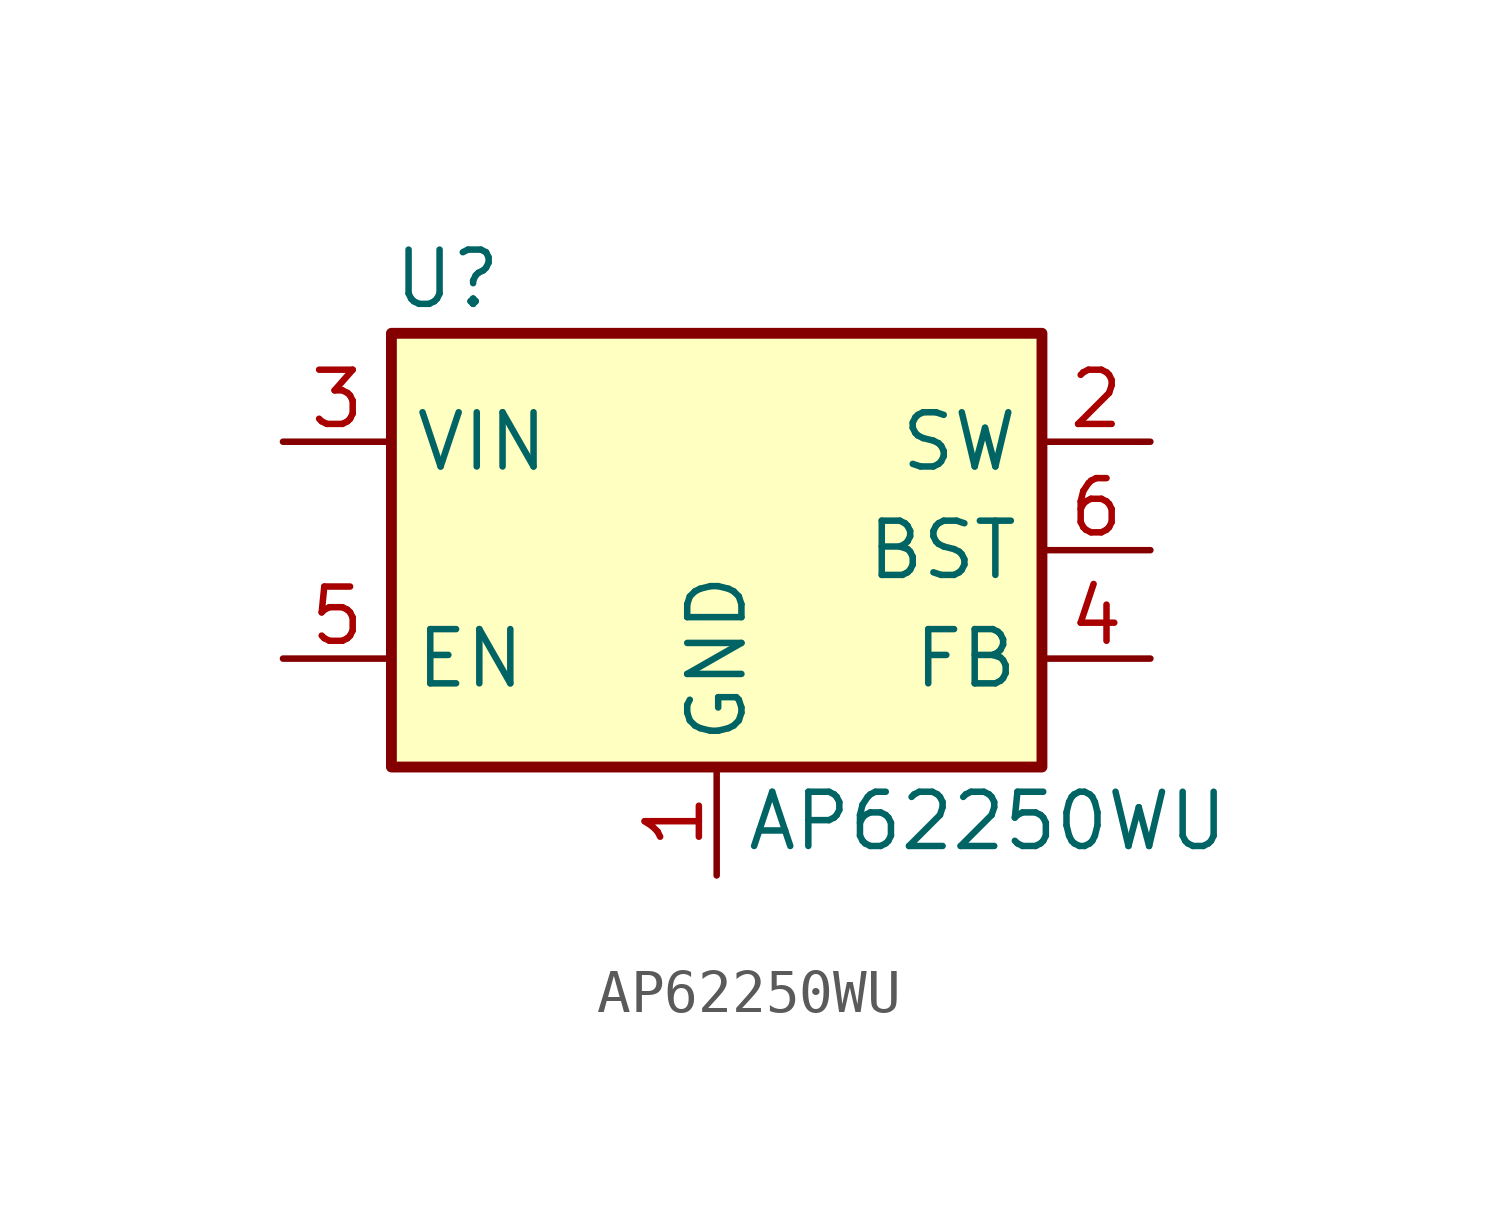
<source format=kicad_sym>
(kicad_symbol_lib
  (version 20211014)
  (generator kicad_symbol_editor)
  (symbol "AP62250WU"
    (property "Reference" "U"
      (at -7.62 6.35 0)
      (effects (font (size 1.27 1.27)) (justify left)))
    (property "Value" "AP62250WU"
      (at 6.35 -6.35 0)
      (effects (font (size 1.27 1.27))))
    (symbol "AP62250WU_0_1"
      (rectangle (start -7.62 5.08) (end 7.62 -5.08) (stroke (width 0.254) (type default) (color 0 0 0 0)) (fill (type background))))
    (symbol "AP62250WU_1_1"
      (pin power_in line (at 0 -7.62 90) (length 2.54) (name "GND" (effects (font (size 1.27 1.27)))) (number "1" (effects (font (size 1.27 1.27)))))
      (pin output line (at 10.16 2.54 180) (length 2.54) (name "SW" (effects (font (size 1.27 1.27)))) (number "2" (effects (font (size 1.27 1.27)))))
      (pin power_in line (at -10.16 2.54 0) (length 2.54) (name "VIN" (effects (font (size 1.27 1.27)))) (number "3" (effects (font (size 1.27 1.27)))))
      (pin input line (at 10.16 -2.54 180) (length 2.54) (name "FB" (effects (font (size 1.27 1.27)))) (number "4" (effects (font (size 1.27 1.27)))))
      (pin input line (at -10.16 -2.54 0) (length 2.54) (name "EN" (effects (font (size 1.27 1.27)))) (number "5" (effects (font (size 1.27 1.27)))))
      (pin passive line (at 10.16 0 180) (length 2.54) (name "BST" (effects (font (size 1.27 1.27)))) (number "6" (effects (font (size 1.27 1.27))))))))
</source>
